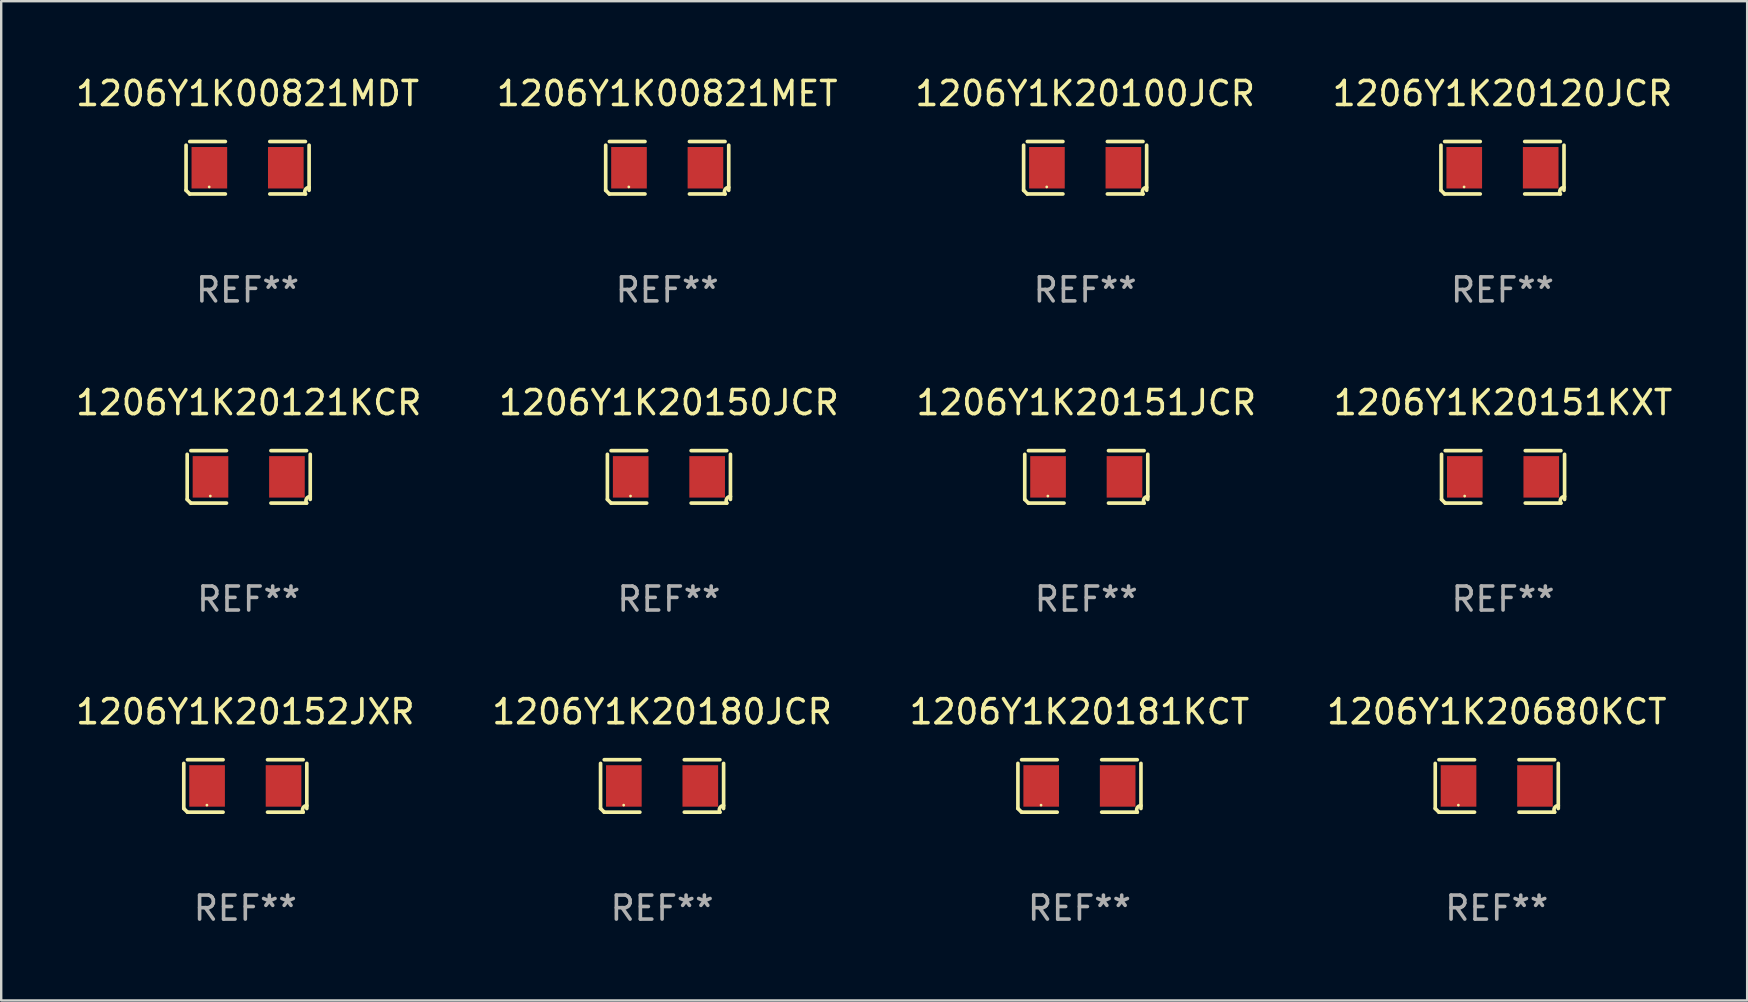
<source format=kicad_pcb>
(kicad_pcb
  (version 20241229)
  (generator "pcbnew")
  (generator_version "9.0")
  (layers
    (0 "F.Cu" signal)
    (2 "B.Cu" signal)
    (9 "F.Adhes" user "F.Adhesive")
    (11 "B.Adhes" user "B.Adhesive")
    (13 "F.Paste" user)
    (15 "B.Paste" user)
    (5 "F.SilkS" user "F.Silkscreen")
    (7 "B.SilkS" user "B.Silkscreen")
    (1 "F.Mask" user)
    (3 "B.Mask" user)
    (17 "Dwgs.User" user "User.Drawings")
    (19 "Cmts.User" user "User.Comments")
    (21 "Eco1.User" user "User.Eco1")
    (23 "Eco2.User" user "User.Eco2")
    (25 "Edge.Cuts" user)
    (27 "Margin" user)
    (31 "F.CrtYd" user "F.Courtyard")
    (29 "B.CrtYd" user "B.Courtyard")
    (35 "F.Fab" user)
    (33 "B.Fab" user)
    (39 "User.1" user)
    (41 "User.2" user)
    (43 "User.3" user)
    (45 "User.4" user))
  (footprint "1206Y1K00821MDT"
    (layer "F.Cu")
    (at 7.268 3.941)
    (property "Reference" "1206Y1K00821MDT" (at 0 -3.093 0) (layer "F.SilkS") (effects (font (size 1 1) (thickness 0.15))))
    (attr through_hole)
    (fp_line (start -2.564 0.94) (end -2.564 -0.94) (stroke (width 0.152) (type solid)) (layer "F.SilkS"))
    (fp_line (start -2.411 -1.093) (end -0.926 -1.093) (stroke (width 0.152) (type solid)) (layer "F.SilkS"))
    (fp_line (start -0.926 1.093) (end -2.411 1.093) (stroke (width 0.152) (type solid)) (layer "F.SilkS"))
    (fp_line (start 0.926 1.093) (end 2.411 1.093) (stroke (width 0.152) (type solid)) (layer "F.SilkS"))
    (fp_line (start 2.411 -1.093) (end 0.926 -1.093) (stroke (width 0.152) (type solid)) (layer "F.SilkS"))
    (fp_line (start 2.564 0.94) (end 2.564 -0.94) (stroke (width 0.152) (type solid)) (layer "F.SilkS"))
    (fp_arc (start -2.411201 1.092609) (mid -2.487413 1.01642) (end -2.563602 0.940208) (stroke (width 0.1524) (type solid)) (layer "F.SilkS"))
    (fp_arc (start 2.411201 1.092609) (mid 2.407159 0.911226) (end 2.563602 0.819347) (stroke (width 0.1524) (type solid)) (layer "F.SilkS"))
    (fp_circle (center -1.6 0.8) (end -1.57 0.8) (stroke (width 0.06) (type solid)) (fill no) (layer "F.SilkS"))
    (fp_text user "REF**" (at 0 5.093 0) (layer "F.Fab") (effects (font (size 1 1) (thickness 0.15))))
    (pad "1" smd rect (at -1.593 0) (size 1.485 1.728) (layers "F.Cu" "F.Mask" "F.Paste"))
    (pad "2" smd rect (at 1.593 0) (size 1.485 1.728) (layers "F.Cu" "F.Mask" "F.Paste")))
  (footprint "1206Y1K20151JCR"
    (layer "F.Cu")
    (at 42.22 16.823)
    (property "Reference" "1206Y1K20151JCR" (at 0 -3.093 0) (layer "F.SilkS") (effects (font (size 1 1) (thickness 0.15))))
    (attr through_hole)
    (fp_line (start -2.564 0.94) (end -2.564 -0.94) (stroke (width 0.152) (type solid)) (layer "F.SilkS"))
    (fp_line (start -2.411 -1.093) (end -0.926 -1.093) (stroke (width 0.152) (type solid)) (layer "F.SilkS"))
    (fp_line (start -0.926 1.093) (end -2.411 1.093) (stroke (width 0.152) (type solid)) (layer "F.SilkS"))
    (fp_line (start 0.926 1.093) (end 2.411 1.093) (stroke (width 0.152) (type solid)) (layer "F.SilkS"))
    (fp_line (start 2.411 -1.093) (end 0.926 -1.093) (stroke (width 0.152) (type solid)) (layer "F.SilkS"))
    (fp_line (start 2.564 0.94) (end 2.564 -0.94) (stroke (width 0.152) (type solid)) (layer "F.SilkS"))
    (fp_arc (start -2.411201 1.092609) (mid -2.487413 1.01642) (end -2.563602 0.940208) (stroke (width 0.1524) (type solid)) (layer "F.SilkS"))
    (fp_arc (start 2.411201 1.092609) (mid 2.407159 0.911226) (end 2.563602 0.819347) (stroke (width 0.1524) (type solid)) (layer "F.SilkS"))
    (fp_circle (center -1.6 0.8) (end -1.57 0.8) (stroke (width 0.06) (type solid)) (fill no) (layer "F.SilkS"))
    (fp_text user "REF**" (at 0 5.093 0) (layer "F.Fab") (effects (font (size 1 1) (thickness 0.15))))
    (pad "1" smd rect (at -1.593 0) (size 1.485 1.728) (layers "F.Cu" "F.Mask" "F.Paste"))
    (pad "2" smd rect (at 1.593 0) (size 1.485 1.728) (layers "F.Cu" "F.Mask" "F.Paste")))
  (footprint "1206Y1K00821MET"
    (layer "F.Cu")
    (at 24.756 3.941)
    (property "Reference" "1206Y1K00821MET" (at 0 -3.093 0) (layer "F.SilkS") (effects (font (size 1 1) (thickness 0.15))))
    (attr through_hole)
    (fp_line (start -2.564 0.94) (end -2.564 -0.94) (stroke (width 0.152) (type solid)) (layer "F.SilkS"))
    (fp_line (start -2.411 -1.093) (end -0.926 -1.093) (stroke (width 0.152) (type solid)) (layer "F.SilkS"))
    (fp_line (start -0.926 1.093) (end -2.411 1.093) (stroke (width 0.152) (type solid)) (layer "F.SilkS"))
    (fp_line (start 0.926 1.093) (end 2.411 1.093) (stroke (width 0.152) (type solid)) (layer "F.SilkS"))
    (fp_line (start 2.411 -1.093) (end 0.926 -1.093) (stroke (width 0.152) (type solid)) (layer "F.SilkS"))
    (fp_line (start 2.564 0.94) (end 2.564 -0.94) (stroke (width 0.152) (type solid)) (layer "F.SilkS"))
    (fp_arc (start -2.411201 1.092609) (mid -2.487413 1.01642) (end -2.563602 0.940208) (stroke (width 0.1524) (type solid)) (layer "F.SilkS"))
    (fp_arc (start 2.411201 1.092609) (mid 2.407159 0.911226) (end 2.563602 0.819347) (stroke (width 0.1524) (type solid)) (layer "F.SilkS"))
    (fp_circle (center -1.6 0.8) (end -1.57 0.8) (stroke (width 0.06) (type solid)) (fill no) (layer "F.SilkS"))
    (fp_text user "REF**" (at 0 5.093 0) (layer "F.Fab") (effects (font (size 1 1) (thickness 0.15))))
    (pad "1" smd rect (at -1.593 0) (size 1.485 1.728) (layers "F.Cu" "F.Mask" "F.Paste"))
    (pad "2" smd rect (at 1.593 0) (size 1.485 1.728) (layers "F.Cu" "F.Mask" "F.Paste")))
  (footprint "1206Y1K20181KCT"
    (layer "F.Cu")
    (at 41.935 29.704)
    (property "Reference" "1206Y1K20181KCT" (at 0 -3.093 0) (layer "F.SilkS") (effects (font (size 1 1) (thickness 0.15))))
    (attr through_hole)
    (fp_line (start -2.564 0.94) (end -2.564 -0.94) (stroke (width 0.152) (type solid)) (layer "F.SilkS"))
    (fp_line (start -2.411 -1.093) (end -0.926 -1.093) (stroke (width 0.152) (type solid)) (layer "F.SilkS"))
    (fp_line (start -0.926 1.093) (end -2.411 1.093) (stroke (width 0.152) (type solid)) (layer "F.SilkS"))
    (fp_line (start 0.926 1.093) (end 2.411 1.093) (stroke (width 0.152) (type solid)) (layer "F.SilkS"))
    (fp_line (start 2.411 -1.093) (end 0.926 -1.093) (stroke (width 0.152) (type solid)) (layer "F.SilkS"))
    (fp_line (start 2.564 0.94) (end 2.564 -0.94) (stroke (width 0.152) (type solid)) (layer "F.SilkS"))
    (fp_arc (start -2.411201 1.092609) (mid -2.487413 1.01642) (end -2.563602 0.940208) (stroke (width 0.1524) (type solid)) (layer "F.SilkS"))
    (fp_arc (start 2.411201 1.092609) (mid 2.407159 0.911226) (end 2.563602 0.819347) (stroke (width 0.1524) (type solid)) (layer "F.SilkS"))
    (fp_circle (center -1.6 0.8) (end -1.57 0.8) (stroke (width 0.06) (type solid)) (fill no) (layer "F.SilkS"))
    (fp_text user "REF**" (at 0 5.093 0) (layer "F.Fab") (effects (font (size 1 1) (thickness 0.15))))
    (pad "1" smd rect (at -1.593 0) (size 1.485 1.728) (layers "F.Cu" "F.Mask" "F.Paste"))
    (pad "2" smd rect (at 1.593 0) (size 1.485 1.728) (layers "F.Cu" "F.Mask" "F.Paste")))
  (footprint "1206Y1K20680KCT"
    (layer "F.Cu")
    (at 59.327 29.704)
    (property "Reference" "1206Y1K20680KCT" (at 0 -3.093 0) (layer "F.SilkS") (effects (font (size 1 1) (thickness 0.15))))
    (attr through_hole)
    (fp_line (start -2.564 0.94) (end -2.564 -0.94) (stroke (width 0.152) (type solid)) (layer "F.SilkS"))
    (fp_line (start -2.411 -1.093) (end -0.926 -1.093) (stroke (width 0.152) (type solid)) (layer "F.SilkS"))
    (fp_line (start -0.926 1.093) (end -2.411 1.093) (stroke (width 0.152) (type solid)) (layer "F.SilkS"))
    (fp_line (start 0.926 1.093) (end 2.411 1.093) (stroke (width 0.152) (type solid)) (layer "F.SilkS"))
    (fp_line (start 2.411 -1.093) (end 0.926 -1.093) (stroke (width 0.152) (type solid)) (layer "F.SilkS"))
    (fp_line (start 2.564 0.94) (end 2.564 -0.94) (stroke (width 0.152) (type solid)) (layer "F.SilkS"))
    (fp_arc (start -2.411201 1.092609) (mid -2.487413 1.01642) (end -2.563602 0.940208) (stroke (width 0.1524) (type solid)) (layer "F.SilkS"))
    (fp_arc (start 2.411201 1.092609) (mid 2.407159 0.911226) (end 2.563602 0.819347) (stroke (width 0.1524) (type solid)) (layer "F.SilkS"))
    (fp_circle (center -1.6 0.8) (end -1.57 0.8) (stroke (width 0.06) (type solid)) (fill no) (layer "F.SilkS"))
    (fp_text user "REF**" (at 0 5.093 0) (layer "F.Fab") (effects (font (size 1 1) (thickness 0.15))))
    (pad "1" smd rect (at -1.593 0) (size 1.485 1.728) (layers "F.Cu" "F.Mask" "F.Paste"))
    (pad "2" smd rect (at 1.593 0) (size 1.485 1.728) (layers "F.Cu" "F.Mask" "F.Paste")))
  (footprint "1206Y1K20150JCR"
    (layer "F.Cu")
    (at 24.827 16.823)
    (property "Reference" "1206Y1K20150JCR" (at 0 -3.093 0) (layer "F.SilkS") (effects (font (size 1 1) (thickness 0.15))))
    (attr through_hole)
    (fp_line (start -2.564 0.94) (end -2.564 -0.94) (stroke (width 0.152) (type solid)) (layer "F.SilkS"))
    (fp_line (start -2.411 -1.093) (end -0.926 -1.093) (stroke (width 0.152) (type solid)) (layer "F.SilkS"))
    (fp_line (start -0.926 1.093) (end -2.411 1.093) (stroke (width 0.152) (type solid)) (layer "F.SilkS"))
    (fp_line (start 0.926 1.093) (end 2.411 1.093) (stroke (width 0.152) (type solid)) (layer "F.SilkS"))
    (fp_line (start 2.411 -1.093) (end 0.926 -1.093) (stroke (width 0.152) (type solid)) (layer "F.SilkS"))
    (fp_line (start 2.564 0.94) (end 2.564 -0.94) (stroke (width 0.152) (type solid)) (layer "F.SilkS"))
    (fp_arc (start -2.411201 1.092609) (mid -2.487413 1.01642) (end -2.563602 0.940208) (stroke (width 0.1524) (type solid)) (layer "F.SilkS"))
    (fp_arc (start 2.411201 1.092609) (mid 2.407159 0.911226) (end 2.563602 0.819347) (stroke (width 0.1524) (type solid)) (layer "F.SilkS"))
    (fp_circle (center -1.6 0.8) (end -1.57 0.8) (stroke (width 0.06) (type solid)) (fill no) (layer "F.SilkS"))
    (fp_text user "REF**" (at 0 5.093 0) (layer "F.Fab") (effects (font (size 1 1) (thickness 0.15))))
    (pad "1" smd rect (at -1.593 0) (size 1.485 1.728) (layers "F.Cu" "F.Mask" "F.Paste"))
    (pad "2" smd rect (at 1.593 0) (size 1.485 1.728) (layers "F.Cu" "F.Mask" "F.Paste")))
  (footprint "1206Y1K20120JCR"
    (layer "F.Cu")
    (at 59.565 3.941)
    (property "Reference" "1206Y1K20120JCR" (at 0 -3.093 0) (layer "F.SilkS") (effects (font (size 1 1) (thickness 0.15))))
    (attr through_hole)
    (fp_line (start -2.564 0.94) (end -2.564 -0.94) (stroke (width 0.152) (type solid)) (layer "F.SilkS"))
    (fp_line (start -2.411 -1.093) (end -0.926 -1.093) (stroke (width 0.152) (type solid)) (layer "F.SilkS"))
    (fp_line (start -0.926 1.093) (end -2.411 1.093) (stroke (width 0.152) (type solid)) (layer "F.SilkS"))
    (fp_line (start 0.926 1.093) (end 2.411 1.093) (stroke (width 0.152) (type solid)) (layer "F.SilkS"))
    (fp_line (start 2.411 -1.093) (end 0.926 -1.093) (stroke (width 0.152) (type solid)) (layer "F.SilkS"))
    (fp_line (start 2.564 0.94) (end 2.564 -0.94) (stroke (width 0.152) (type solid)) (layer "F.SilkS"))
    (fp_arc (start -2.411201 1.092609) (mid -2.487413 1.01642) (end -2.563602 0.940208) (stroke (width 0.1524) (type solid)) (layer "F.SilkS"))
    (fp_arc (start 2.411201 1.092609) (mid 2.407159 0.911226) (end 2.563602 0.819347) (stroke (width 0.1524) (type solid)) (layer "F.SilkS"))
    (fp_circle (center -1.6 0.8) (end -1.57 0.8) (stroke (width 0.06) (type solid)) (fill no) (layer "F.SilkS"))
    (fp_text user "REF**" (at 0 5.093 0) (layer "F.Fab") (effects (font (size 1 1) (thickness 0.15))))
    (pad "1" smd rect (at -1.593 0) (size 1.485 1.728) (layers "F.Cu" "F.Mask" "F.Paste"))
    (pad "2" smd rect (at 1.593 0) (size 1.485 1.728) (layers "F.Cu" "F.Mask" "F.Paste")))
  (footprint "1206Y1K20180JCR"
    (layer "F.Cu")
    (at 24.542 29.704)
    (property "Reference" "1206Y1K20180JCR" (at 0 -3.093 0) (layer "F.SilkS") (effects (font (size 1 1) (thickness 0.15))))
    (attr through_hole)
    (fp_line (start -2.564 0.94) (end -2.564 -0.94) (stroke (width 0.152) (type solid)) (layer "F.SilkS"))
    (fp_line (start -2.411 -1.093) (end -0.926 -1.093) (stroke (width 0.152) (type solid)) (layer "F.SilkS"))
    (fp_line (start -0.926 1.093) (end -2.411 1.093) (stroke (width 0.152) (type solid)) (layer "F.SilkS"))
    (fp_line (start 0.926 1.093) (end 2.411 1.093) (stroke (width 0.152) (type solid)) (layer "F.SilkS"))
    (fp_line (start 2.411 -1.093) (end 0.926 -1.093) (stroke (width 0.152) (type solid)) (layer "F.SilkS"))
    (fp_line (start 2.564 0.94) (end 2.564 -0.94) (stroke (width 0.152) (type solid)) (layer "F.SilkS"))
    (fp_arc (start -2.411201 1.092609) (mid -2.487413 1.01642) (end -2.563602 0.940208) (stroke (width 0.1524) (type solid)) (layer "F.SilkS"))
    (fp_arc (start 2.411201 1.092609) (mid 2.407159 0.911226) (end 2.563602 0.819347) (stroke (width 0.1524) (type solid)) (layer "F.SilkS"))
    (fp_circle (center -1.6 0.8) (end -1.57 0.8) (stroke (width 0.06) (type solid)) (fill no) (layer "F.SilkS"))
    (fp_text user "REF**" (at 0 5.093 0) (layer "F.Fab") (effects (font (size 1 1) (thickness 0.15))))
    (pad "1" smd rect (at -1.593 0) (size 1.485 1.728) (layers "F.Cu" "F.Mask" "F.Paste"))
    (pad "2" smd rect (at 1.593 0) (size 1.485 1.728) (layers "F.Cu" "F.Mask" "F.Paste")))
  (footprint "1206Y1K20151KXT"
    (layer "F.Cu")
    (at 59.589 16.823)
    (property "Reference" "1206Y1K20151KXT" (at 0 -3.093 0) (layer "F.SilkS") (effects (font (size 1 1) (thickness 0.15))))
    (attr through_hole)
    (fp_line (start -2.564 0.94) (end -2.564 -0.94) (stroke (width 0.152) (type solid)) (layer "F.SilkS"))
    (fp_line (start -2.411 -1.093) (end -0.926 -1.093) (stroke (width 0.152) (type solid)) (layer "F.SilkS"))
    (fp_line (start -0.926 1.093) (end -2.411 1.093) (stroke (width 0.152) (type solid)) (layer "F.SilkS"))
    (fp_line (start 0.926 1.093) (end 2.411 1.093) (stroke (width 0.152) (type solid)) (layer "F.SilkS"))
    (fp_line (start 2.411 -1.093) (end 0.926 -1.093) (stroke (width 0.152) (type solid)) (layer "F.SilkS"))
    (fp_line (start 2.564 0.94) (end 2.564 -0.94) (stroke (width 0.152) (type solid)) (layer "F.SilkS"))
    (fp_arc (start -2.411201 1.092609) (mid -2.487413 1.01642) (end -2.563602 0.940208) (stroke (width 0.1524) (type solid)) (layer "F.SilkS"))
    (fp_arc (start 2.411201 1.092609) (mid 2.407159 0.911226) (end 2.563602 0.819347) (stroke (width 0.1524) (type solid)) (layer "F.SilkS"))
    (fp_circle (center -1.6 0.8) (end -1.57 0.8) (stroke (width 0.06) (type solid)) (fill no) (layer "F.SilkS"))
    (fp_text user "REF**" (at 0 5.093 0) (layer "F.Fab") (effects (font (size 1 1) (thickness 0.15))))
    (pad "1" smd rect (at -1.593 0) (size 1.485 1.728) (layers "F.Cu" "F.Mask" "F.Paste"))
    (pad "2" smd rect (at 1.593 0) (size 1.485 1.728) (layers "F.Cu" "F.Mask" "F.Paste")))
  (footprint "1206Y1K20152JXR"
    (layer "F.Cu")
    (at 7.173 29.704)
    (property "Reference" "1206Y1K20152JXR" (at 0 -3.093 0) (layer "F.SilkS") (effects (font (size 1 1) (thickness 0.15))))
    (attr through_hole)
    (fp_line (start -2.564 0.94) (end -2.564 -0.94) (stroke (width 0.152) (type solid)) (layer "F.SilkS"))
    (fp_line (start -2.411 -1.093) (end -0.926 -1.093) (stroke (width 0.152) (type solid)) (layer "F.SilkS"))
    (fp_line (start -0.926 1.093) (end -2.411 1.093) (stroke (width 0.152) (type solid)) (layer "F.SilkS"))
    (fp_line (start 0.926 1.093) (end 2.411 1.093) (stroke (width 0.152) (type solid)) (layer "F.SilkS"))
    (fp_line (start 2.411 -1.093) (end 0.926 -1.093) (stroke (width 0.152) (type solid)) (layer "F.SilkS"))
    (fp_line (start 2.564 0.94) (end 2.564 -0.94) (stroke (width 0.152) (type solid)) (layer "F.SilkS"))
    (fp_arc (start -2.411201 1.092609) (mid -2.487413 1.01642) (end -2.563602 0.940208) (stroke (width 0.1524) (type solid)) (layer "F.SilkS"))
    (fp_arc (start 2.411201 1.092609) (mid 2.407159 0.911226) (end 2.563602 0.819347) (stroke (width 0.1524) (type solid)) (layer "F.SilkS"))
    (fp_circle (center -1.6 0.8) (end -1.57 0.8) (stroke (width 0.06) (type solid)) (fill no) (layer "F.SilkS"))
    (fp_text user "REF**" (at 0 5.093 0) (layer "F.Fab") (effects (font (size 1 1) (thickness 0.15))))
    (pad "1" smd rect (at -1.593 0) (size 1.485 1.728) (layers "F.Cu" "F.Mask" "F.Paste"))
    (pad "2" smd rect (at 1.593 0) (size 1.485 1.728) (layers "F.Cu" "F.Mask" "F.Paste")))
  (footprint "1206Y1K20100JCR"
    (layer "F.Cu")
    (at 42.173 3.941)
    (property "Reference" "1206Y1K20100JCR" (at 0 -3.093 0) (layer "F.SilkS") (effects (font (size 1 1) (thickness 0.15))))
    (attr through_hole)
    (fp_line (start -2.564 0.94) (end -2.564 -0.94) (stroke (width 0.152) (type solid)) (layer "F.SilkS"))
    (fp_line (start -2.411 -1.093) (end -0.926 -1.093) (stroke (width 0.152) (type solid)) (layer "F.SilkS"))
    (fp_line (start -0.926 1.093) (end -2.411 1.093) (stroke (width 0.152) (type solid)) (layer "F.SilkS"))
    (fp_line (start 0.926 1.093) (end 2.411 1.093) (stroke (width 0.152) (type solid)) (layer "F.SilkS"))
    (fp_line (start 2.411 -1.093) (end 0.926 -1.093) (stroke (width 0.152) (type solid)) (layer "F.SilkS"))
    (fp_line (start 2.564 0.94) (end 2.564 -0.94) (stroke (width 0.152) (type solid)) (layer "F.SilkS"))
    (fp_arc (start -2.411201 1.092609) (mid -2.487413 1.01642) (end -2.563602 0.940208) (stroke (width 0.1524) (type solid)) (layer "F.SilkS"))
    (fp_arc (start 2.411201 1.092609) (mid 2.407159 0.911226) (end 2.563602 0.819347) (stroke (width 0.1524) (type solid)) (layer "F.SilkS"))
    (fp_circle (center -1.6 0.8) (end -1.57 0.8) (stroke (width 0.06) (type solid)) (fill no) (layer "F.SilkS"))
    (fp_text user "REF**" (at 0 5.093 0) (layer "F.Fab") (effects (font (size 1 1) (thickness 0.15))))
    (pad "1" smd rect (at -1.593 0) (size 1.485 1.728) (layers "F.Cu" "F.Mask" "F.Paste"))
    (pad "2" smd rect (at 1.593 0) (size 1.485 1.728) (layers "F.Cu" "F.Mask" "F.Paste")))
  (footprint "1206Y1K20121KCR"
    (layer "F.Cu")
    (at 7.315 16.823)
    (property "Reference" "1206Y1K20121KCR" (at 0 -3.093 0) (layer "F.SilkS") (effects (font (size 1 1) (thickness 0.15))))
    (attr through_hole)
    (fp_line (start -2.564 0.94) (end -2.564 -0.94) (stroke (width 0.152) (type solid)) (layer "F.SilkS"))
    (fp_line (start -2.411 -1.093) (end -0.926 -1.093) (stroke (width 0.152) (type solid)) (layer "F.SilkS"))
    (fp_line (start -0.926 1.093) (end -2.411 1.093) (stroke (width 0.152) (type solid)) (layer "F.SilkS"))
    (fp_line (start 0.926 1.093) (end 2.411 1.093) (stroke (width 0.152) (type solid)) (layer "F.SilkS"))
    (fp_line (start 2.411 -1.093) (end 0.926 -1.093) (stroke (width 0.152) (type solid)) (layer "F.SilkS"))
    (fp_line (start 2.564 0.94) (end 2.564 -0.94) (stroke (width 0.152) (type solid)) (layer "F.SilkS"))
    (fp_arc (start -2.411201 1.092609) (mid -2.487413 1.01642) (end -2.563602 0.940208) (stroke (width 0.1524) (type solid)) (layer "F.SilkS"))
    (fp_arc (start 2.411201 1.092609) (mid 2.407159 0.911226) (end 2.563602 0.819347) (stroke (width 0.1524) (type solid)) (layer "F.SilkS"))
    (fp_circle (center -1.6 0.8) (end -1.57 0.8) (stroke (width 0.06) (type solid)) (fill no) (layer "F.SilkS"))
    (fp_text user "REF**" (at 0 5.093 0) (layer "F.Fab") (effects (font (size 1 1) (thickness 0.15))))
    (pad "1" smd rect (at -1.593 0) (size 1.485 1.728) (layers "F.Cu" "F.Mask" "F.Paste"))
    (pad "2" smd rect (at 1.593 0) (size 1.485 1.728) (layers "F.Cu" "F.Mask" "F.Paste")))
  (gr_rect
    (start -3 -3)
    (end 69.762 38.645)
    (stroke (width 0.1) (type default))
    (fill no)
    (layer "Edge.Cuts")))
</source>
